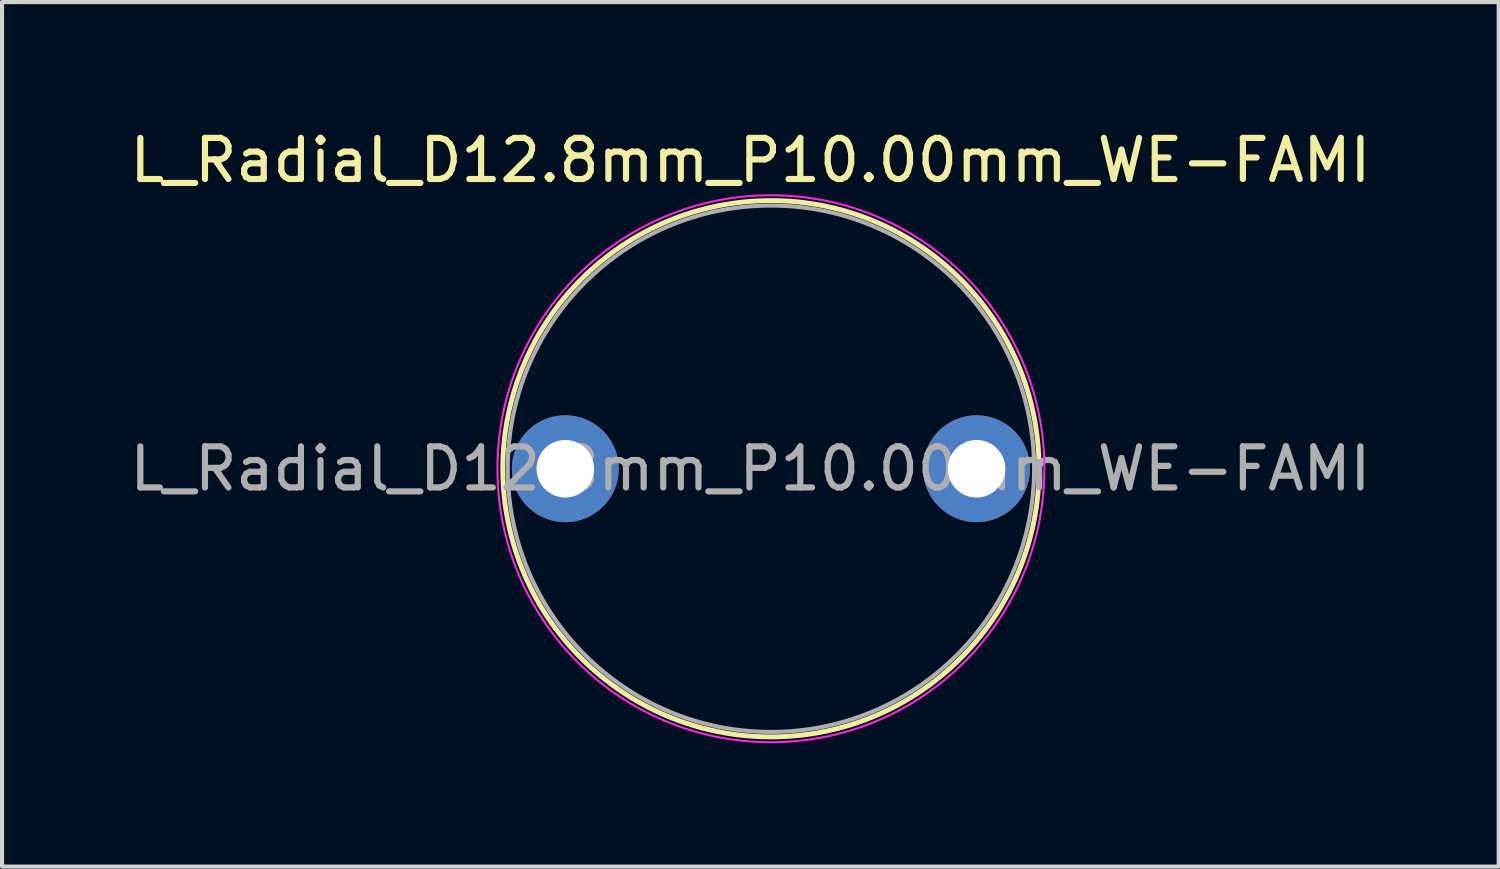
<source format=kicad_pcb>
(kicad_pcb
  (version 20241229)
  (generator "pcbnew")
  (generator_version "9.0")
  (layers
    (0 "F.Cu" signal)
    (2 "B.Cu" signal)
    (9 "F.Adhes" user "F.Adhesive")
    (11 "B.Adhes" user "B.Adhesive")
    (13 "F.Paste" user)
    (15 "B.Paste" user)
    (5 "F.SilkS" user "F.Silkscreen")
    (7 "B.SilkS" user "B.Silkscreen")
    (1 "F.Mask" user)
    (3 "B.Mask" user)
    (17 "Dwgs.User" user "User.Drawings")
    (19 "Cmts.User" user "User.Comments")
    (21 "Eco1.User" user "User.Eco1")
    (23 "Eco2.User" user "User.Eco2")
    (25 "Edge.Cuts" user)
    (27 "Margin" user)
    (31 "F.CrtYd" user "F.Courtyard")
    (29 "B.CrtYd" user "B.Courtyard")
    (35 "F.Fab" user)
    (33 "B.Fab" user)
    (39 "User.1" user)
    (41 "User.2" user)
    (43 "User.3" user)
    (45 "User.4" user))
  (footprint "L_Radial_D12.8mm_P10.00mm_WE-FAMI"
    (layer "F.Cu")
    (at 10.696 8.348)
    (property "Reference" "L_Radial_D12.8mm_P10.00mm_WE-FAMI" (at 4.5 -7.5 0) (layer "F.SilkS") (effects (font (size 1 1) (thickness 0.15))))
    (attr through_hole)
    (fp_circle (center 5 0) (end 11.52 0) (stroke (width 0.12) (type solid)) (fill no) (layer "F.SilkS"))
    (fp_circle (center 5 0) (end 11.65 0) (stroke (width 0.05) (type solid)) (fill no) (layer "F.CrtYd"))
    (fp_circle (center 5 0) (end 11.4 0) (stroke (width 0.1) (type solid)) (fill no) (layer "F.Fab"))
    (fp_text user "${REFERENCE}" (at 4.5 0 0) (layer "F.Fab") (effects (font (size 1 1) (thickness 0.15))))
    (pad "1" thru_hole circle (at 0 0) (size 2.6 2.6) (drill 1.4) (layers "*.Cu" "*.Mask"))
    (pad "2" thru_hole circle (at 10 0) (size 2.6 2.6) (drill 1.4) (layers "*.Cu" "*.Mask")))
  (gr_rect
    (start -3 -3)
    (end 33.393 18.023)
    (stroke (width 0.1) (type default))
    (fill no)
    (layer "Edge.Cuts")))
</source>
